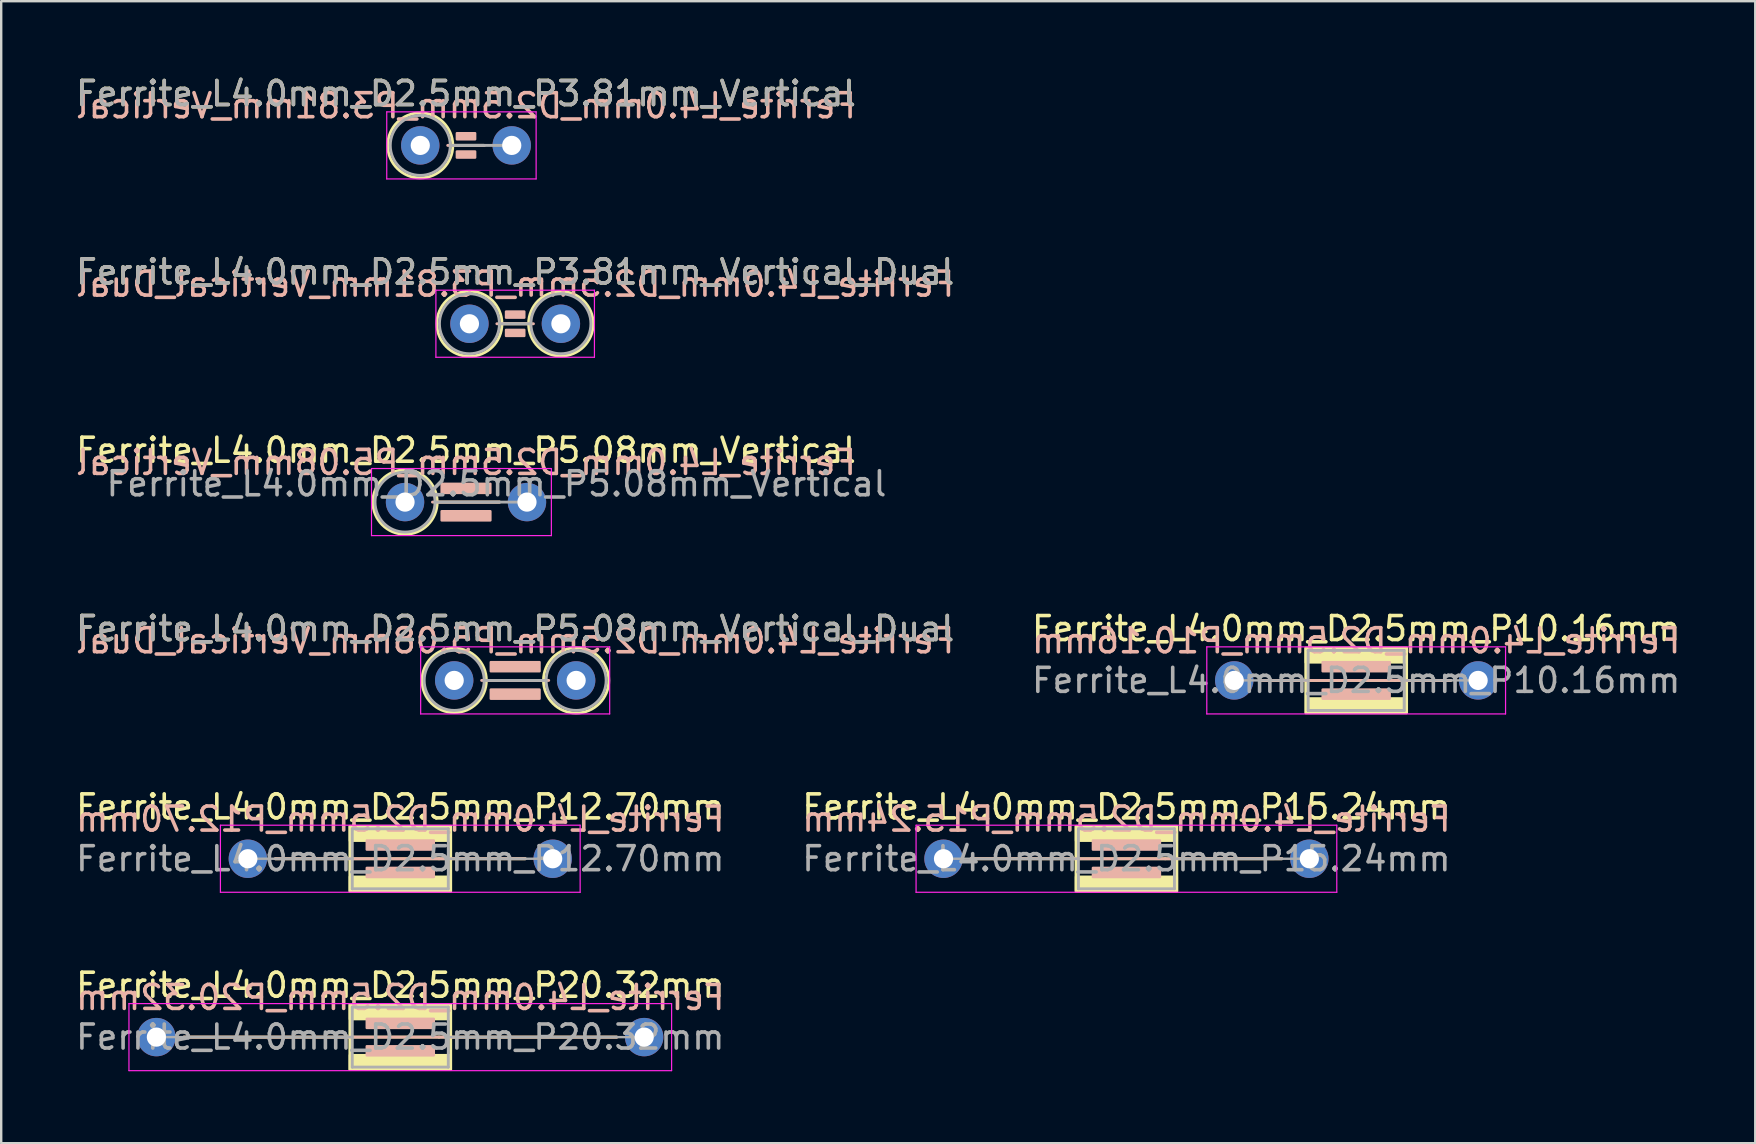
<source format=kicad_pcb>
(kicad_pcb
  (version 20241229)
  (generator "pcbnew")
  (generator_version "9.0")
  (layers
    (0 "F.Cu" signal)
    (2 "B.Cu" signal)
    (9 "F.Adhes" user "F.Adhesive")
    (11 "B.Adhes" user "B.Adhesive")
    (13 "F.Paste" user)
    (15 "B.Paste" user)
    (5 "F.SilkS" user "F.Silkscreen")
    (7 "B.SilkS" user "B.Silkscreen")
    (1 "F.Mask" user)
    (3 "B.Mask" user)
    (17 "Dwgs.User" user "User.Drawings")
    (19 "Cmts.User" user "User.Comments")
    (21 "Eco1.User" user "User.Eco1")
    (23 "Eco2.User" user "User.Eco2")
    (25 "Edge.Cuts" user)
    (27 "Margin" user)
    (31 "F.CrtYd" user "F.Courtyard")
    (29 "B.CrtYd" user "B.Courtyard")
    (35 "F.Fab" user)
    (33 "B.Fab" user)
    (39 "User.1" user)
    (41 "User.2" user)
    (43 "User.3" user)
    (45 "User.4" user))
  (footprint "Ferrite_L4.0mm_D2.5mm_P5.08mm_Vertical_Dual"
    (layer "F.Cu")
    (at 15.871 25.295)
    (property "Reference" "Ferrite_L4.0mm_D2.5mm_P5.08mm_Vertical_Dual" (at 2.54 -2.159 0) (layer "F.SilkS") (effects (font (size 1 1) (thickness 0.15))))
    (fp_line (start 1.34 0) (end 3.72 0) (stroke (width 0.12) (type solid)) (layer "F.SilkS"))
    (fp_circle (center 0 0) (end 1.34 0) (stroke (width 0.12) (type solid)) (fill no) (layer "F.SilkS"))
    (fp_circle (center 5.08 0) (end 6.44 0) (stroke (width 0.12) (type solid)) (fill no) (layer "F.SilkS"))
    (fp_line (start 3.937 0) (end 1.143 0) (stroke (width 0.12) (type solid)) (layer "B.SilkS"))
    (fp_rect (start 1.524 -0.762) (end 3.556 -0.381) (stroke (width 0.1) (type solid)) (fill yes) (layer "B.SilkS"))
    (fp_rect (start 1.524 0.381) (end 3.556 0.762) (stroke (width 0.1) (type solid)) (fill yes) (layer "B.SilkS"))
    (fp_line (start -1.397 -1.397) (end 6.477 -1.397) (stroke (width 0.05) (type solid)) (layer "F.CrtYd"))
    (fp_line (start -1.397 1.397) (end -1.397 -1.397) (stroke (width 0.05) (type solid)) (layer "F.CrtYd"))
    (fp_line (start 6.477 -1.397) (end 6.477 1.397) (stroke (width 0.05) (type solid)) (layer "F.CrtYd"))
    (fp_line (start 6.477 1.397) (end -1.397 1.397) (stroke (width 0.05) (type solid)) (layer "F.CrtYd"))
    (fp_line (start 1.25 0) (end 3.83 0) (stroke (width 0.12) (type solid)) (layer "F.Fab"))
    (fp_circle (center 0 0) (end 1.25 0) (stroke (width 0.12) (type solid)) (fill no) (layer "F.Fab"))
    (fp_circle (center 5.08 0) (end 6.33 0) (stroke (width 0.12) (type solid)) (fill no) (layer "F.Fab"))
    (fp_text user "${REFERENCE}" (at 2.54 -1.651 0) (layer "B.SilkS") (effects (font (size 1 1) (thickness 0.15)) (justify mirror)))
    (fp_text user "${REFERENCE}" (at 2.54 -2.158 0) (layer "F.Fab") (effects (font (size 1 1) (thickness 0.15))))
    (pad "1" thru_hole circle (at 0 0) (size 1.6 1.6) (drill 0.8) (layers "*.Cu" "*.Mask"))
    (pad "2" thru_hole circle (at 5.08 0) (size 1.6 1.6) (drill 0.8) (layers "*.Cu" "*.Mask")))
  (footprint "Ferrite_L4.0mm_D2.5mm_P3.81mm_Vertical"
    (layer "F.Cu")
    (at 14.458 3.007)
    (property "Reference" "Ferrite_L4.0mm_D2.5mm_P3.81mm_Vertical" (at 1.905 -2.159 0) (layer "F.SilkS") (effects (font (size 1 1) (thickness 0.15))))
    (fp_line (start 1.355 0) (end 2.667 0) (stroke (width 0.12) (type solid)) (layer "F.SilkS"))
    (fp_circle (center 0 0) (end 1.355 0) (stroke (width 0.12) (type solid)) (fill no) (layer "F.SilkS"))
    (fp_line (start 2.667 0) (end 1.143 0) (stroke (width 0.12) (type solid)) (layer "B.SilkS"))
    (fp_rect (start 1.524 -0.508) (end 2.286 -0.254) (stroke (width 0.1) (type solid)) (fill yes) (layer "B.SilkS"))
    (fp_rect (start 1.524 0.254) (end 2.286 0.508) (stroke (width 0.1) (type solid)) (fill yes) (layer "B.SilkS"))
    (fp_line (start -1.397 -1.397) (end 4.826 -1.397) (stroke (width 0.05) (type solid)) (layer "F.CrtYd"))
    (fp_line (start -1.397 1.397) (end -1.397 -1.397) (stroke (width 0.05) (type solid)) (layer "F.CrtYd"))
    (fp_line (start 4.826 -1.397) (end 4.826 1.397) (stroke (width 0.05) (type solid)) (layer "F.CrtYd"))
    (fp_line (start 4.826 1.397) (end -1.397 1.397) (stroke (width 0.05) (type solid)) (layer "F.CrtYd"))
    (fp_line (start 1.25 0) (end 3.81 0) (stroke (width 0.12) (type solid)) (layer "F.Fab"))
    (fp_circle (center 0 0) (end 1.25 0) (stroke (width 0.12) (type solid)) (fill no) (layer "F.Fab"))
    (fp_text user "${REFERENCE}" (at 1.905 -1.651 0) (layer "B.SilkS") (effects (font (size 1 1) (thickness 0.15)) (justify mirror)))
    (fp_text user "${REFERENCE}" (at 1.905 -2.158 0) (layer "F.Fab") (effects (font (size 1 1) (thickness 0.15))))
    (pad "1" thru_hole circle (at 0 0) (size 1.6 1.6) (drill 0.8) (layers "*.Cu" "*.Mask"))
    (pad "2" thru_hole circle (at 3.81 0) (size 1.6 1.6) (drill 0.8) (layers "*.Cu" "*.Mask")))
  (footprint "Ferrite_L4.0mm_D2.5mm_P3.81mm_Vertical_Dual"
    (layer "F.Cu")
    (at 16.506 10.437)
    (property "Reference" "Ferrite_L4.0mm_D2.5mm_P3.81mm_Vertical_Dual" (at 1.905 -2.159 0) (layer "F.SilkS") (effects (font (size 1 1) (thickness 0.15))))
    (fp_line (start 1.355 0) (end 2.465 0) (stroke (width 0.12) (type solid)) (layer "F.SilkS"))
    (fp_circle (center 0 0) (end 1.355 0) (stroke (width 0.12) (type solid)) (fill no) (layer "F.SilkS"))
    (fp_circle (center 3.81 0) (end 5.155 0) (stroke (width 0.12) (type solid)) (fill no) (layer "F.SilkS"))
    (fp_line (start 2.667 0) (end 1.143 0) (stroke (width 0.12) (type solid)) (layer "B.SilkS"))
    (fp_rect (start 1.524 -0.508) (end 2.286 -0.254) (stroke (width 0.1) (type solid)) (fill yes) (layer "B.SilkS"))
    (fp_rect (start 1.524 0.254) (end 2.286 0.508) (stroke (width 0.1) (type solid)) (fill yes) (layer "B.SilkS"))
    (fp_line (start -1.397 -1.397) (end 5.207 -1.397) (stroke (width 0.05) (type solid)) (layer "F.CrtYd"))
    (fp_line (start -1.397 1.397) (end -1.397 -1.397) (stroke (width 0.05) (type solid)) (layer "F.CrtYd"))
    (fp_line (start 5.207 -1.397) (end 5.207 1.397) (stroke (width 0.05) (type solid)) (layer "F.CrtYd"))
    (fp_line (start 5.207 1.397) (end -1.397 1.397) (stroke (width 0.05) (type solid)) (layer "F.CrtYd"))
    (fp_line (start 1.25 0) (end 2.56 0) (stroke (width 0.12) (type solid)) (layer "F.Fab"))
    (fp_circle (center 0 0) (end 1.25 0) (stroke (width 0.12) (type solid)) (fill no) (layer "F.Fab"))
    (fp_circle (center 3.81 0) (end 5.06 0) (stroke (width 0.12) (type solid)) (fill no) (layer "F.Fab"))
    (fp_text user "${REFERENCE}" (at 1.905 -1.651 0) (layer "B.SilkS") (effects (font (size 1 1) (thickness 0.15)) (justify mirror)))
    (fp_text user "${REFERENCE}" (at 1.905 -2.158 0) (layer "F.Fab") (effects (font (size 1 1) (thickness 0.15))))
    (pad "1" thru_hole circle (at 0 0) (size 1.6 1.6) (drill 0.8) (layers "*.Cu" "*.Mask"))
    (pad "2" thru_hole circle (at 3.81 0) (size 1.6 1.6) (drill 0.8) (layers "*.Cu" "*.Mask")))
  (footprint "Ferrite_L4.0mm_D2.5mm_P12.70mm"
    (layer "F.Cu")
    (at 7.275 32.724)
    (property "Reference" "Ferrite_L4.0mm_D2.5mm_P12.70mm" (at 6.35 -2.159 0) (layer "F.SilkS") (effects (font (size 1 1) (thickness 0.15))))
    (fp_line (start 7.964 0.000002) (end 1.143 0) (stroke (width 0.12) (type solid)) (layer "F.SilkS"))
    (fp_line (start 7.964 0.000002) (end 11.557 0) (stroke (width 0.12) (type solid)) (layer "F.SilkS"))
    (fp_rect (start 4.25 -1.35) (end 8.45 1.35) (stroke (width 0.12) (type solid)) (fill no) (layer "F.SilkS"))
    (fp_poly (pts (xy 8.45 -0.75) (xy 4.25 -0.75) (xy 4.25 -1.35) (xy 8.45 -1.35)) (stroke (width 0.1) (type solid)) (fill yes) (layer "F.SilkS"))
    (fp_poly (pts (xy 8.45 1.35) (xy 4.25 1.35) (xy 4.25 0.75) (xy 8.45 0.75)) (stroke (width 0.1) (type solid)) (fill yes) (layer "F.SilkS"))
    (fp_line (start 1.143 0) (end 11.557 0) (stroke (width 0.12) (type solid)) (layer "B.SilkS"))
    (fp_rect (start 4.953 -0.762) (end 7.747 -0.381) (stroke (width 0.1) (type solid)) (fill yes) (layer "B.SilkS"))
    (fp_rect (start 4.953 0.381) (end 7.747 0.762) (stroke (width 0.1) (type solid)) (fill yes) (layer "B.SilkS"))
    (fp_line (start -1.143 -1.397) (end 13.843 -1.397) (stroke (width 0.05) (type solid)) (layer "F.CrtYd"))
    (fp_line (start -1.143 1.397) (end -1.143 -1.397) (stroke (width 0.05) (type solid)) (layer "F.CrtYd"))
    (fp_line (start 13.843 -1.397) (end 13.843 1.397) (stroke (width 0.05) (type solid)) (layer "F.CrtYd"))
    (fp_line (start 13.843 1.397) (end -1.143 1.397) (stroke (width 0.05) (type solid)) (layer "F.CrtYd"))
    (fp_line (start 0 0) (end 4.35 0) (stroke (width 0.1) (type solid)) (layer "F.Fab"))
    (fp_line (start 4.35 -1.25) (end 4.35 0) (stroke (width 0.12) (type solid)) (layer "F.Fab"))
    (fp_line (start 4.35 0) (end 4.35 1.25) (stroke (width 0.12) (type solid)) (layer "F.Fab"))
    (fp_line (start 4.35 1.25) (end 8.35 1.25) (stroke (width 0.12) (type solid)) (layer "F.Fab"))
    (fp_line (start 8.35 -1.25) (end 4.35 -1.25) (stroke (width 0.12) (type solid)) (layer "F.Fab"))
    (fp_line (start 8.35 1.25) (end 8.35 -1.25) (stroke (width 0.12) (type solid)) (layer "F.Fab"))
    (fp_line (start 12.7 0) (end 8.35 0) (stroke (width 0.1) (type solid)) (layer "F.Fab"))
    (fp_text user "${REFERENCE}" (at 6.35 -1.651 0) (layer "B.SilkS") (effects (font (size 1 1) (thickness 0.15)) (justify mirror)))
    (fp_text user "${REFERENCE}" (at 6.35 0 0) (layer "F.Fab") (effects (font (size 1 1) (thickness 0.15))))
    (pad "1" thru_hole circle (at 0 0) (size 1.6 1.6) (drill 0.8) (layers "*.Cu" "*.Mask"))
    (pad "2" thru_hole circle (at 12.7 0) (size 1.6 1.6) (drill 0.8) (layers "*.Cu" "*.Mask")))
  (footprint "Ferrite_L4.0mm_D2.5mm_P5.08mm_Vertical"
    (layer "F.Cu")
    (at 13.823 17.866)
    (property "Reference" "Ferrite_L4.0mm_D2.5mm_P5.08mm_Vertical" (at 2.54 -2.159 0) (layer "F.SilkS") (effects (font (size 1 1) (thickness 0.15))))
    (fp_line (start 1.34 0) (end 3.937 0) (stroke (width 0.12) (type solid)) (layer "F.SilkS"))
    (fp_circle (center 0 0) (end 1.34 0) (stroke (width 0.12) (type solid)) (fill no) (layer "F.SilkS"))
    (fp_line (start 3.937 0) (end 1.143 0) (stroke (width 0.12) (type solid)) (layer "B.SilkS"))
    (fp_rect (start 1.524 -0.762) (end 3.556 -0.381) (stroke (width 0.1) (type solid)) (fill yes) (layer "B.SilkS"))
    (fp_rect (start 1.524 0.381) (end 3.556 0.762) (stroke (width 0.1) (type solid)) (fill yes) (layer "B.SilkS"))
    (fp_line (start -1.397 -1.397) (end 6.096 -1.397) (stroke (width 0.05) (type solid)) (layer "F.CrtYd"))
    (fp_line (start -1.397 1.397) (end -1.397 -1.397) (stroke (width 0.05) (type solid)) (layer "F.CrtYd"))
    (fp_line (start 6.096 -1.397) (end 6.096 1.397) (stroke (width 0.05) (type solid)) (layer "F.CrtYd"))
    (fp_line (start 6.096 1.397) (end -1.397 1.397) (stroke (width 0.05) (type solid)) (layer "F.CrtYd"))
    (fp_line (start 1.25 0) (end 5.08 0) (stroke (width 0.12) (type solid)) (layer "F.Fab"))
    (fp_circle (center 0 0) (end 1.25 0) (stroke (width 0.12) (type solid)) (fill no) (layer "F.Fab"))
    (fp_text user "${REFERENCE}" (at 2.54 -1.651 0) (layer "B.SilkS") (effects (font (size 1 1) (thickness 0.15)) (justify mirror)))
    (fp_text user "${REFERENCE}" (at 3.81 -0.762 0) (layer "F.Fab") (effects (font (size 1 1) (thickness 0.15))))
    (pad "1" thru_hole circle (at 0 0) (size 1.6 1.6) (drill 0.8) (layers "*.Cu" "*.Mask"))
    (pad "2" thru_hole circle (at 5.08 0) (size 1.6 1.6) (drill 0.8) (layers "*.Cu" "*.Mask")))
  (footprint "Ferrite_L4.0mm_D2.5mm_P20.32mm"
    (layer "F.Cu")
    (at 3.465 40.154)
    (property "Reference" "Ferrite_L4.0mm_D2.5mm_P20.32mm" (at 10.16 -2.159 0) (layer "F.SilkS") (effects (font (size 1 1) (thickness 0.15))))
    (fp_line (start 11.774 0.000002) (end 1.143 0) (stroke (width 0.12) (type solid)) (layer "F.SilkS"))
    (fp_line (start 11.774 0.000002) (end 19.177 0) (stroke (width 0.12) (type solid)) (layer "F.SilkS"))
    (fp_rect (start 8.06 -1.35) (end 12.26 1.35) (stroke (width 0.12) (type solid)) (fill no) (layer "F.SilkS"))
    (fp_poly (pts (xy 12.26 -0.75) (xy 8.06 -0.75) (xy 8.06 -1.35) (xy 12.26 -1.35)) (stroke (width 0.1) (type solid)) (fill yes) (layer "F.SilkS"))
    (fp_poly (pts (xy 12.26 1.35) (xy 8.06 1.35) (xy 8.06 0.75) (xy 12.26 0.75)) (stroke (width 0.1) (type solid)) (fill yes) (layer "F.SilkS"))
    (fp_line (start 1.143 0) (end 19.177 0) (stroke (width 0.12) (type solid)) (layer "B.SilkS"))
    (fp_rect (start 8.763 -0.762) (end 11.557 -0.381) (stroke (width 0.1) (type solid)) (fill yes) (layer "B.SilkS"))
    (fp_rect (start 8.763 0.381) (end 11.557 0.762) (stroke (width 0.1) (type solid)) (fill yes) (layer "B.SilkS"))
    (fp_line (start -1.143 -1.397) (end 21.463 -1.397) (stroke (width 0.05) (type solid)) (layer "F.CrtYd"))
    (fp_line (start -1.143 1.397) (end -1.143 -1.397) (stroke (width 0.05) (type solid)) (layer "F.CrtYd"))
    (fp_line (start 21.463 -1.397) (end 21.463 1.397) (stroke (width 0.05) (type solid)) (layer "F.CrtYd"))
    (fp_line (start 21.463 1.397) (end -1.143 1.397) (stroke (width 0.05) (type solid)) (layer "F.CrtYd"))
    (fp_line (start 0 0) (end 8.16 0) (stroke (width 0.1) (type solid)) (layer "F.Fab"))
    (fp_line (start 8.16 -1.25) (end 8.16 0) (stroke (width 0.12) (type solid)) (layer "F.Fab"))
    (fp_line (start 8.16 0) (end 8.16 1.25) (stroke (width 0.12) (type solid)) (layer "F.Fab"))
    (fp_line (start 8.16 1.25) (end 12.16 1.25) (stroke (width 0.12) (type solid)) (layer "F.Fab"))
    (fp_line (start 12.16 -1.25) (end 8.16 -1.25) (stroke (width 0.12) (type solid)) (layer "F.Fab"))
    (fp_line (start 12.16 1.25) (end 12.16 -1.25) (stroke (width 0.12) (type solid)) (layer "F.Fab"))
    (fp_line (start 20.32 0) (end 12.16 0) (stroke (width 0.1) (type solid)) (layer "F.Fab"))
    (fp_text user "${REFERENCE}" (at 10.16 -1.651 0) (layer "B.SilkS") (effects (font (size 1 1) (thickness 0.15)) (justify mirror)))
    (fp_text user "${REFERENCE}" (at 10.16 0 0) (layer "F.Fab") (effects (font (size 1 1) (thickness 0.15))))
    (pad "1" thru_hole circle (at 0 0) (size 1.6 1.6) (drill 0.8) (layers "*.Cu" "*.Mask"))
    (pad "2" thru_hole circle (at 20.32 0) (size 1.6 1.6) (drill 0.8) (layers "*.Cu" "*.Mask")))
  (footprint "Ferrite_L4.0mm_D2.5mm_P10.16mm"
    (layer "F.Cu")
    (at 48.366 25.295)
    (property "Reference" "Ferrite_L4.0mm_D2.5mm_P10.16mm" (at 5.08 -2.159 0) (layer "F.SilkS") (effects (font (size 1 1) (thickness 0.15))))
    (fp_line (start 6.694 0.000002) (end 1.143 0) (stroke (width 0.12) (type solid)) (layer "F.SilkS"))
    (fp_line (start 6.694 0.000002) (end 9.017 0) (stroke (width 0.12) (type solid)) (layer "F.SilkS"))
    (fp_rect (start 2.98 -1.35) (end 7.18 1.35) (stroke (width 0.12) (type solid)) (fill no) (layer "F.SilkS"))
    (fp_poly (pts (xy 7.08 1.25) (xy 3.08 1.25) (xy 3.08 0.75) (xy 7.08 0.75)) (stroke (width 0.1) (type solid)) (fill yes) (layer "F.SilkS"))
    (fp_poly (pts (xy 7.18 -0.75) (xy 2.98 -0.75) (xy 2.98 -1.35) (xy 7.18 -1.35)) (stroke (width 0.1) (type solid)) (fill yes) (layer "F.SilkS"))
    (fp_line (start 1.143 0) (end 9.017 0) (stroke (width 0.12) (type solid)) (layer "B.SilkS"))
    (fp_rect (start 3.683 -0.762) (end 6.477 -0.381) (stroke (width 0.1) (type solid)) (fill yes) (layer "B.SilkS"))
    (fp_rect (start 3.683 0.381) (end 6.477 0.762) (stroke (width 0.1) (type solid)) (fill yes) (layer "B.SilkS"))
    (fp_line (start -1.143 -1.397) (end 11.303 -1.397) (stroke (width 0.05) (type solid)) (layer "F.CrtYd"))
    (fp_line (start -1.143 1.397) (end -1.143 -1.397) (stroke (width 0.05) (type solid)) (layer "F.CrtYd"))
    (fp_line (start 11.303 -1.397) (end 11.303 1.397) (stroke (width 0.05) (type solid)) (layer "F.CrtYd"))
    (fp_line (start 11.303 1.397) (end -1.143 1.397) (stroke (width 0.05) (type solid)) (layer "F.CrtYd"))
    (fp_line (start 0 0) (end 3.08 0) (stroke (width 0.1) (type solid)) (layer "F.Fab"))
    (fp_line (start 3.08 -1.25) (end 3.08 0) (stroke (width 0.12) (type solid)) (layer "F.Fab"))
    (fp_line (start 3.08 0) (end 3.08 1.25) (stroke (width 0.12) (type solid)) (layer "F.Fab"))
    (fp_line (start 3.08 1.25) (end 7.08 1.25) (stroke (width 0.12) (type solid)) (layer "F.Fab"))
    (fp_line (start 7.08 -1.25) (end 3.08 -1.25) (stroke (width 0.12) (type solid)) (layer "F.Fab"))
    (fp_line (start 7.08 1.25) (end 7.08 -1.25) (stroke (width 0.12) (type solid)) (layer "F.Fab"))
    (fp_line (start 10.16 0) (end 7.08 0) (stroke (width 0.1) (type solid)) (layer "F.Fab"))
    (fp_text user "${REFERENCE}" (at 5.08 -1.651 0) (layer "B.SilkS") (effects (font (size 1 1) (thickness 0.15)) (justify mirror)))
    (fp_text user "${REFERENCE}" (at 5.08 0 0) (layer "F.Fab") (effects (font (size 1 1) (thickness 0.15))))
    (pad "1" thru_hole circle (at 0 0) (size 1.6 1.6) (drill 0.8) (layers "*.Cu" "*.Mask"))
    (pad "2" thru_hole circle (at 10.16 0) (size 1.6 1.6) (drill 0.8) (layers "*.Cu" "*.Mask")))
  (footprint "Ferrite_L4.0mm_D2.5mm_P15.24mm"
    (layer "F.Cu")
    (at 36.255 32.724)
    (property "Reference" "Ferrite_L4.0mm_D2.5mm_P15.24mm" (at 7.62 -2.159 0) (layer "F.SilkS") (effects (font (size 1 1) (thickness 0.15))))
    (fp_line (start 9.234 0.000002) (end 1.143 0) (stroke (width 0.12) (type solid)) (layer "F.SilkS"))
    (fp_line (start 9.234 0.000002) (end 14.097 0) (stroke (width 0.12) (type solid)) (layer "F.SilkS"))
    (fp_rect (start 5.52 -1.35) (end 9.72 1.35) (stroke (width 0.12) (type solid)) (fill no) (layer "F.SilkS"))
    (fp_poly (pts (xy 9.72 -0.75) (xy 5.52 -0.75) (xy 5.52 -1.35) (xy 9.72 -1.35)) (stroke (width 0.1) (type solid)) (fill yes) (layer "F.SilkS"))
    (fp_poly (pts (xy 9.72 1.35) (xy 5.52 1.35) (xy 5.52 0.75) (xy 9.72 0.75)) (stroke (width 0.1) (type solid)) (fill yes) (layer "F.SilkS"))
    (fp_line (start 1.143 0) (end 14.097 0) (stroke (width 0.12) (type solid)) (layer "B.SilkS"))
    (fp_rect (start 6.223 -0.762) (end 9.017 -0.381) (stroke (width 0.1) (type solid)) (fill yes) (layer "B.SilkS"))
    (fp_rect (start 6.223 0.381) (end 9.017 0.762) (stroke (width 0.1) (type solid)) (fill yes) (layer "B.SilkS"))
    (fp_line (start -1.143 -1.397) (end 16.383 -1.397) (stroke (width 0.05) (type solid)) (layer "F.CrtYd"))
    (fp_line (start -1.143 1.397) (end -1.143 -1.397) (stroke (width 0.05) (type solid)) (layer "F.CrtYd"))
    (fp_line (start 16.383 -1.397) (end 16.383 1.397) (stroke (width 0.05) (type solid)) (layer "F.CrtYd"))
    (fp_line (start 16.383 1.397) (end -1.143 1.397) (stroke (width 0.05) (type solid)) (layer "F.CrtYd"))
    (fp_line (start 0 0) (end 5.62 0) (stroke (width 0.1) (type solid)) (layer "F.Fab"))
    (fp_line (start 5.62 -1.25) (end 5.62 0) (stroke (width 0.12) (type solid)) (layer "F.Fab"))
    (fp_line (start 5.62 0) (end 5.62 1.25) (stroke (width 0.12) (type solid)) (layer "F.Fab"))
    (fp_line (start 5.62 1.25) (end 9.62 1.25) (stroke (width 0.12) (type solid)) (layer "F.Fab"))
    (fp_line (start 9.62 -1.25) (end 5.62 -1.25) (stroke (width 0.12) (type solid)) (layer "F.Fab"))
    (fp_line (start 9.62 1.25) (end 9.62 -1.25) (stroke (width 0.12) (type solid)) (layer "F.Fab"))
    (fp_line (start 15.24 0) (end 9.62 0) (stroke (width 0.1) (type solid)) (layer "F.Fab"))
    (fp_text user "${REFERENCE}" (at 7.62 -1.651 0) (layer "B.SilkS") (effects (font (size 1 1) (thickness 0.15)) (justify mirror)))
    (fp_text user "${REFERENCE}" (at 7.62 0 0) (layer "F.Fab") (effects (font (size 1 1) (thickness 0.15))))
    (pad "1" thru_hole circle (at 0 0) (size 1.6 1.6) (drill 0.8) (layers "*.Cu" "*.Mask"))
    (pad "2" thru_hole circle (at 15.24 0) (size 1.6 1.6) (drill 0.8) (layers "*.Cu" "*.Mask")))
  (gr_rect
    (start -3 -3)
    (end 70.071 44.575)
    (stroke (width 0.1) (type default))
    (fill no)
    (layer "Edge.Cuts")))
</source>
